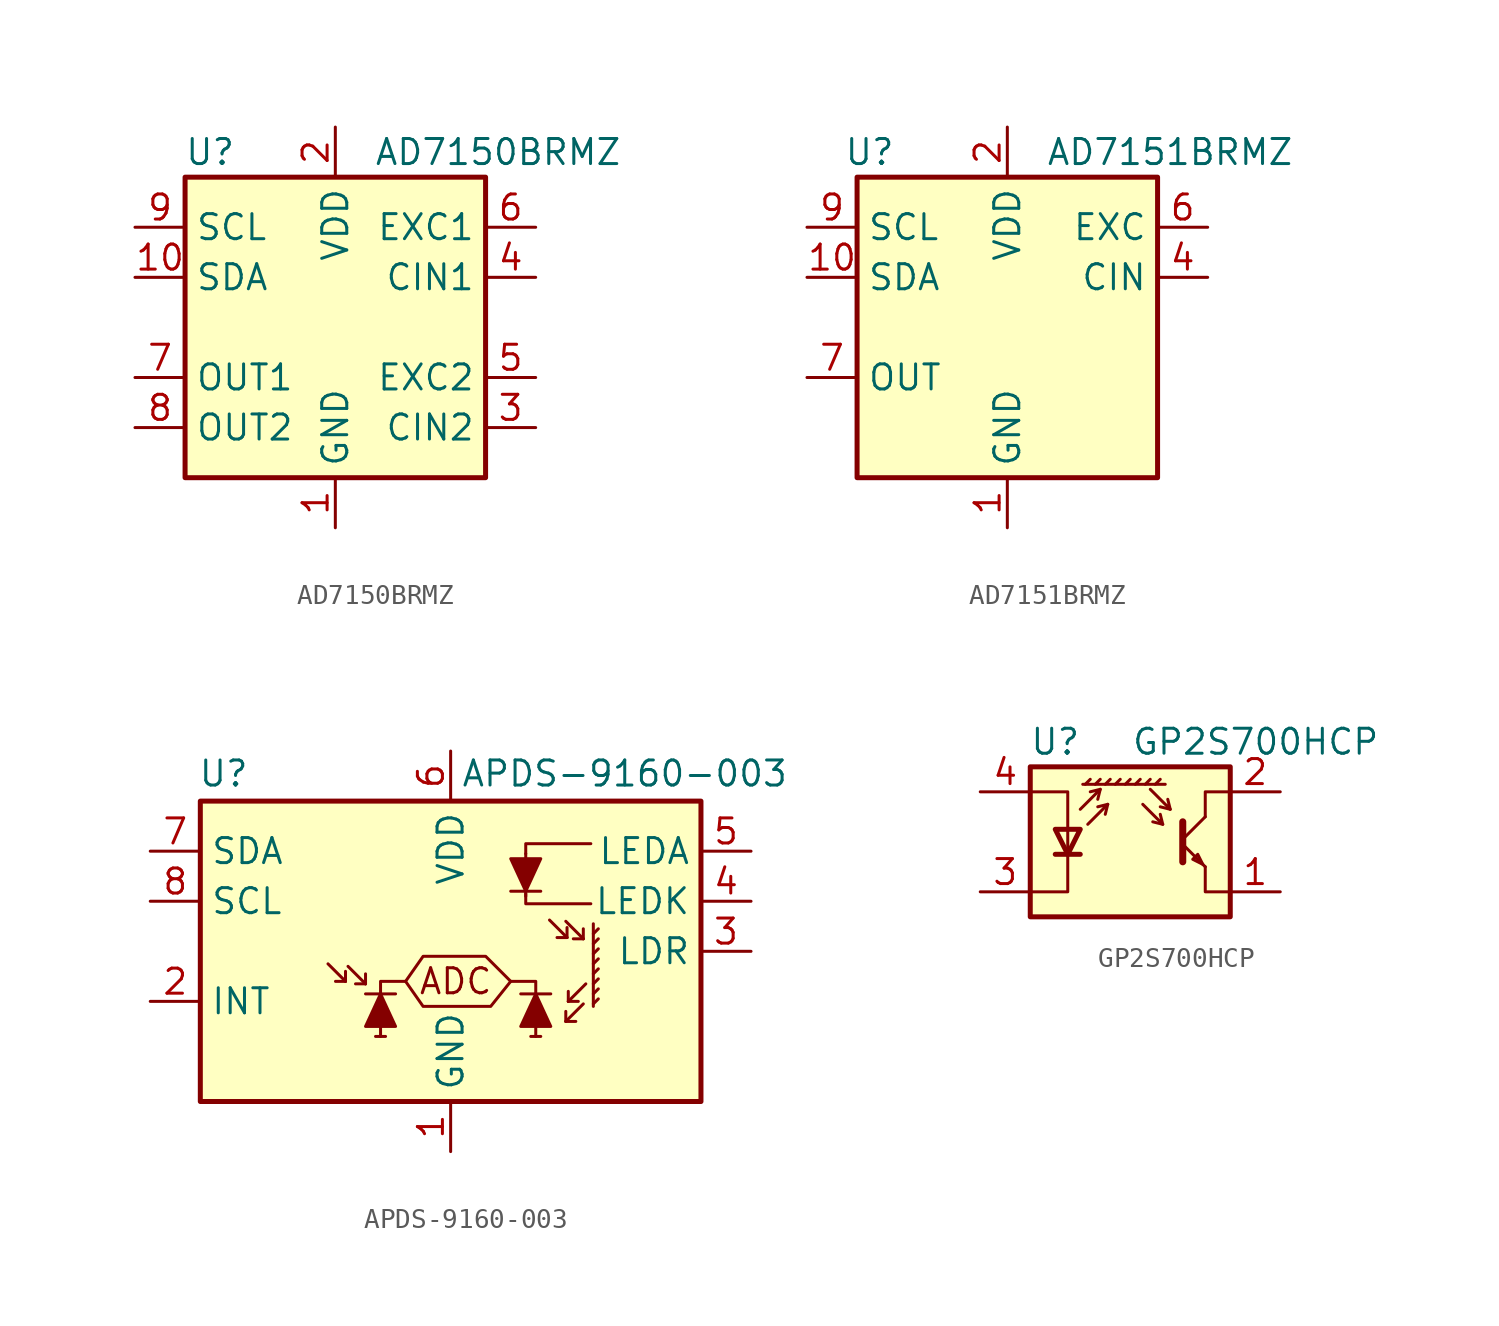
<source format=kicad_sym>
(kicad_symbol_lib
  (version 20231120)
  (generator "kicad_symbol_editor")
  (generator_version "8.0")
  (symbol "AD7150BRMZ"
    (property "Reference" "U"
      (at -6.35 8.89 0)
      (effects (font (size 1.27 1.27))))
    (property "Value" "AD7150BRMZ"
      (at 8.255 8.89 0)
      (effects (font (size 1.27 1.27))))
    (symbol "AD7150BRMZ_0_0"
      (pin power_in line (at 0 -10.16 90) (length 2.54) (name "GND" (effects (font (size 1.27 1.27)))) (number "1" (effects (font (size 1.27 1.27)))))
      (pin bidirectional line (at -10.16 2.54 0) (length 2.54) (name "SDA" (effects (font (size 1.27 1.27)))) (number "10" (effects (font (size 1.27 1.27)))))
      (pin power_in line (at 0 10.16 270) (length 2.54) (name "VDD" (effects (font (size 1.27 1.27)))) (number "2" (effects (font (size 1.27 1.27)))))
      (pin passive line (at 10.16 -5.08 180) (length 2.54) (name "CIN2" (effects (font (size 1.27 1.27)))) (number "3" (effects (font (size 1.27 1.27)))))
      (pin passive line (at 10.16 2.54 180) (length 2.54) (name "CIN1" (effects (font (size 1.27 1.27)))) (number "4" (effects (font (size 1.27 1.27)))))
      (pin output line (at 10.16 -2.54 180) (length 2.54) (name "EXC2" (effects (font (size 1.27 1.27)))) (number "5" (effects (font (size 1.27 1.27)))))
      (pin output line (at 10.16 5.08 180) (length 2.54) (name "EXC1" (effects (font (size 1.27 1.27)))) (number "6" (effects (font (size 1.27 1.27)))))
      (pin output line (at -10.16 -2.54 0) (length 2.54) (name "OUT1" (effects (font (size 1.27 1.27)))) (number "7" (effects (font (size 1.27 1.27)))))
      (pin output line (at -10.16 -5.08 0) (length 2.54) (name "OUT2" (effects (font (size 1.27 1.27)))) (number "8" (effects (font (size 1.27 1.27)))))
      (pin input line (at -10.16 5.08 0) (length 2.54) (name "SCL" (effects (font (size 1.27 1.27)))) (number "9" (effects (font (size 1.27 1.27))))))
    (symbol "AD7150BRMZ_1_1"
      (rectangle (start -7.62 7.62) (end 7.62 -7.62) (stroke (width 0.254) (type default)) (fill (type background)))))
  (symbol "AD7151BRMZ"
    (property "Reference" "U"
      (at -6.985 8.89 0)
      (effects (font (size 1.27 1.27))))
    (property "Value" "AD7151BRMZ"
      (at 8.255 8.89 0)
      (effects (font (size 1.27 1.27))))
    (symbol "AD7151BRMZ_0_0"
      (pin power_in line (at 0 -10.16 90) (length 2.54) (name "GND" (effects (font (size 1.27 1.27)))) (number "1" (effects (font (size 1.27 1.27)))))
      (pin bidirectional line (at -10.16 2.54 0) (length 2.54) (name "SDA" (effects (font (size 1.27 1.27)))) (number "10" (effects (font (size 1.27 1.27)))))
      (pin power_in line (at 0 10.16 270) (length 2.54) (name "VDD" (effects (font (size 1.27 1.27)))) (number "2" (effects (font (size 1.27 1.27)))))
      (pin input line (at -10.16 5.08 0) (length 2.54) (name "SCL" (effects (font (size 1.27 1.27)))) (number "9" (effects (font (size 1.27 1.27))))))
    (symbol "AD7151BRMZ_1_0"
      (pin no_connect line (at 7.62 -5.08 180) (length 2.54) hide (name "NC" (effects (font (size 1.27 1.27)))) (number "3" (effects (font (size 1.27 1.27)))))
      (pin passive line (at 10.16 2.54 180) (length 2.54) (name "CIN" (effects (font (size 1.27 1.27)))) (number "4" (effects (font (size 1.27 1.27)))))
      (pin no_connect line (at 7.62 -2.54 180) (length 2.54) hide (name "NC" (effects (font (size 1.27 1.27)))) (number "5" (effects (font (size 1.27 1.27)))))
      (pin output line (at 10.16 5.08 180) (length 2.54) (name "EXC" (effects (font (size 1.27 1.27)))) (number "6" (effects (font (size 1.27 1.27)))))
      (pin output line (at -10.16 -2.54 0) (length 2.54) (name "OUT" (effects (font (size 1.27 1.27)))) (number "7" (effects (font (size 1.27 1.27)))))
      (pin no_connect line (at -7.62 -5.08 0) (length 2.54) hide (name "NC" (effects (font (size 1.27 1.27)))) (number "8" (effects (font (size 1.27 1.27))))))
    (symbol "AD7151BRMZ_1_1"
      (rectangle (start -7.62 7.62) (end 7.62 -7.62) (stroke (width 0.254) (type default)) (fill (type background)))))
  (symbol "APDS-9160-003"
    (property "Reference" "U"
      (at -12.827 9.017 0)
      (effects (font (size 1.27 1.27)) (justify left)))
    (property "Value" "APDS-9160-003"
      (at 0.508 9.017 0)
      (effects (font (size 1.27 1.27)) (justify left)))
    (symbol "APDS-9160-003_0_0"
      (polyline (pts (xy 3.048 -1.524) (xy 1.778 -0.254) (xy -1.397 -0.254) (xy -2.286 -1.524) (xy -1.397 -2.794) (xy 2.032 -2.794) (xy 3.048 -1.524)) (stroke (width 0) (type default)) (fill (type none)))
      (text "ADC" (at 0.254 -1.524 0) (effects (font (size 1.27 1.27)))))
    (symbol "APDS-9160-003_0_1"
      (rectangle (start -12.7 7.62) (end 12.7 -7.62) (stroke (width 0.254) (type default)) (fill (type background)))
      (polyline (pts (xy 3.81 2.794) (xy 3.81 4.953)) (stroke (width 0) (type default)) (fill (type none)))
      (polyline (pts (xy 7.239 -2.667) (xy 7.493 -2.413)) (stroke (width 0) (type default)) (fill (type none)))
      (polyline (pts (xy 7.239 -2.159) (xy 7.493 -1.905)) (stroke (width 0) (type default)) (fill (type none)))
      (polyline (pts (xy 7.239 -1.651) (xy 7.493 -1.397)) (stroke (width 0) (type default)) (fill (type none)))
      (polyline (pts (xy 7.239 -1.143) (xy 7.493 -0.889)) (stroke (width 0) (type default)) (fill (type none)))
      (polyline (pts (xy 7.239 -0.635) (xy 7.493 -0.381)) (stroke (width 0) (type default)) (fill (type none)))
      (polyline (pts (xy 7.239 -0.127) (xy 7.493 0.127)) (stroke (width 0) (type default)) (fill (type none)))
      (polyline (pts (xy 7.239 0.381) (xy 7.493 0.635)) (stroke (width 0) (type default)) (fill (type none)))
      (polyline (pts (xy 7.239 0.889) (xy 7.493 1.143)) (stroke (width 0) (type default)) (fill (type none)))
      (polyline (pts (xy 7.239 1.397) (xy 7.239 -2.794)) (stroke (width 0) (type default)) (fill (type none)))
      (polyline (pts (xy 3.81 2.921) (xy 3.81 2.413) (xy 7.112 2.413)) (stroke (width 0) (type default)) (fill (type none)))
      (polyline (pts (xy 7.112 5.461) (xy 3.81 5.461) (xy 3.81 4.953)) (stroke (width 0) (type default)) (fill (type none))))
    (symbol "APDS-9160-003_1_0"
      (polyline (pts (xy -3.556 -4.318) (xy -3.556 -1.524) (xy -2.286 -1.524)) (stroke (width 0) (type default)) (fill (type none)))
      (polyline (pts (xy 4.318 -4.318) (xy 4.318 -1.524) (xy 3.048 -1.524)) (stroke (width 0) (type default)) (fill (type none))))
    (symbol "APDS-9160-003_1_1"
      (polyline (pts (xy -5.334 -1.524) (xy -6.223 -0.635)) (stroke (width 0) (type default)) (fill (type none)))
      (polyline (pts (xy -5.334 -1.524) (xy -5.842 -1.524)) (stroke (width 0) (type default)) (fill (type none)))
      (polyline (pts (xy -5.334 -1.524) (xy -5.334 -1.016)) (stroke (width 0) (type default)) (fill (type none)))
      (polyline (pts (xy -4.318 -2.159) (xy -2.794 -2.159)) (stroke (width 0) (type default)) (fill (type none)))
      (polyline (pts (xy -4.318 -1.651) (xy -5.207 -0.762)) (stroke (width 0) (type default)) (fill (type none)))
      (polyline (pts (xy -4.318 -1.651) (xy -4.826 -1.651)) (stroke (width 0) (type default)) (fill (type none)))
      (polyline (pts (xy -4.318 -1.651) (xy -4.318 -1.143)) (stroke (width 0) (type default)) (fill (type none)))
      (polyline (pts (xy -3.302 -4.318) (xy -3.81 -4.318)) (stroke (width 0) (type default)) (fill (type none)))
      (polyline (pts (xy 4.064 -4.318) (xy 4.572 -4.318)) (stroke (width 0) (type default)) (fill (type none)))
      (polyline (pts (xy 4.572 3.048) (xy 3.048 3.048)) (stroke (width 0) (type default)) (fill (type none)))
      (polyline (pts (xy 5.08 -2.159) (xy 3.556 -2.159)) (stroke (width 0) (type default)) (fill (type none)))
      (polyline (pts (xy 5.842 -3.556) (xy 5.842 -3.048)) (stroke (width 0) (type default)) (fill (type none)))
      (polyline (pts (xy 5.842 -3.556) (xy 6.35 -3.556)) (stroke (width 0) (type default)) (fill (type none)))
      (polyline (pts (xy 5.842 -3.556) (xy 6.731 -2.667)) (stroke (width 0) (type default)) (fill (type none)))
      (polyline (pts (xy 5.905 0.699) (xy 5.016 1.587)) (stroke (width 0) (type default)) (fill (type none)))
      (polyline (pts (xy 5.905 0.699) (xy 5.397 0.699)) (stroke (width 0) (type default)) (fill (type none)))
      (polyline (pts (xy 5.905 0.699) (xy 5.905 1.206)) (stroke (width 0) (type default)) (fill (type none)))
      (polyline (pts (xy 5.969 -2.54) (xy 5.969 -2.032)) (stroke (width 0) (type default)) (fill (type none)))
      (polyline (pts (xy 5.969 -2.54) (xy 6.477 -2.54)) (stroke (width 0) (type default)) (fill (type none)))
      (polyline (pts (xy 5.969 -2.54) (xy 6.858 -1.651)) (stroke (width 0) (type default)) (fill (type none)))
      (polyline (pts (xy 6.731 0.635) (xy 5.842 1.524)) (stroke (width 0) (type default)) (fill (type none)))
      (polyline (pts (xy 6.731 0.635) (xy 6.223 0.635)) (stroke (width 0) (type default)) (fill (type none)))
      (polyline (pts (xy 6.731 0.635) (xy 6.731 1.143)) (stroke (width 0) (type default)) (fill (type none)))
      (polyline (pts (xy -4.318 -3.81) (xy -2.794 -3.81) (xy -3.556 -2.159) (xy -4.318 -3.81)) (stroke (width 0) (type default)) (fill (type outline)))
      (polyline (pts (xy 4.572 4.699) (xy 3.048 4.699) (xy 3.81 3.048) (xy 4.572 4.699)) (stroke (width 0) (type default)) (fill (type outline)))
      (polyline (pts (xy 5.08 -3.81) (xy 3.556 -3.81) (xy 4.318 -2.159) (xy 5.08 -3.81)) (stroke (width 0) (type default)) (fill (type outline)))
      (pin power_in line (at 0 -10.16 90) (length 2.54) (name "GND" (effects (font (size 1.27 1.27)))) (number "1" (effects (font (size 1.27 1.27)))))
      (pin open_collector line (at -15.24 -2.54 0) (length 2.54) (name "INT" (effects (font (size 1.27 1.27)))) (number "2" (effects (font (size 1.27 1.27)))))
      (pin input line (at 15.24 0 180) (length 2.54) (name "LDR" (effects (font (size 1.27 1.27)))) (number "3" (effects (font (size 1.27 1.27)))))
      (pin output line (at 15.24 2.54 180) (length 2.54) (name "LEDK" (effects (font (size 1.27 1.27)))) (number "4" (effects (font (size 1.27 1.27)))))
      (pin input line (at 15.24 5.08 180) (length 2.54) (name "LEDA" (effects (font (size 1.27 1.27)))) (number "5" (effects (font (size 1.27 1.27)))))
      (pin power_in line (at 0 10.16 270) (length 2.54) (name "VDD" (effects (font (size 1.27 1.27)))) (number "6" (effects (font (size 1.27 1.27)))))
      (pin bidirectional line (at -15.24 5.08 0) (length 2.54) (name "SDA" (effects (font (size 1.27 1.27)))) (number "7" (effects (font (size 1.27 1.27)))))
      (pin input line (at -15.24 2.54 0) (length 2.54) (name "SCL" (effects (font (size 1.27 1.27)))) (number "8" (effects (font (size 1.27 1.27)))))))
  (symbol "GP2S700HCP"
    (pin_names
      (offset 0.025) hide)
    (property "Reference" "U"
      (at -3.81 5.08 0)
      (effects (font (size 1.27 1.27))))
    (property "Value" "GP2S700HCP"
      (at 12.7 5.08 0)
      (effects (font (size 1.27 1.27)) (justify right)))
    (symbol "GP2S700HCP_0_1"
      (polyline (pts (xy -3.81 -0.635) (xy -2.54 -0.635)) (stroke (width 0.254) (type default)) (fill (type none)))
      (polyline (pts (xy -2.286 2.921) (xy -2.032 3.175)) (stroke (width 0) (type default)) (fill (type none)))
      (polyline (pts (xy -1.778 2.921) (xy -1.524 3.175)) (stroke (width 0) (type default)) (fill (type none)))
      (polyline (pts (xy -1.524 2.667) (xy -1.651 2.159)) (stroke (width 0) (type default)) (fill (type none)))
      (polyline (pts (xy -1.27 2.921) (xy -1.016 3.175)) (stroke (width 0) (type default)) (fill (type none)))
      (polyline (pts (xy -1.143 1.905) (xy -1.27 1.397)) (stroke (width 0) (type default)) (fill (type none)))
      (polyline (pts (xy -0.762 2.921) (xy -0.508 3.175)) (stroke (width 0) (type default)) (fill (type none)))
      (polyline (pts (xy -0.254 2.921) (xy 0 3.175)) (stroke (width 0) (type default)) (fill (type none)))
      (polyline (pts (xy 0.254 2.921) (xy 0.508 3.175)) (stroke (width 0) (type default)) (fill (type none)))
      (polyline (pts (xy 0.762 2.921) (xy 1.016 3.175)) (stroke (width 0) (type default)) (fill (type none)))
      (polyline (pts (xy 1.27 2.921) (xy 1.524 3.175)) (stroke (width 0) (type default)) (fill (type none)))
      (polyline (pts (xy 1.651 0.889) (xy 1.143 1.016)) (stroke (width 0) (type default)) (fill (type none)))
      (polyline (pts (xy 1.778 2.921) (xy -2.413 2.921)) (stroke (width 0) (type default)) (fill (type none)))
      (polyline (pts (xy 2.032 1.651) (xy 1.524 1.778)) (stroke (width 0) (type default)) (fill (type none)))
      (polyline (pts (xy 2.667 -0.127) (xy 3.81 -1.27)) (stroke (width 0) (type default)) (fill (type none)))
      (polyline (pts (xy 2.667 0.127) (xy 3.81 1.27)) (stroke (width 0) (type default)) (fill (type none)))
      (polyline (pts (xy -2.54 1.651) (xy -1.524 2.667) (xy -2.032 2.54)) (stroke (width 0) (type default)) (fill (type none)))
      (polyline (pts (xy -2.159 0.889) (xy -1.143 1.905) (xy -1.651 1.778)) (stroke (width 0) (type default)) (fill (type none)))
      (polyline (pts (xy 0.635 1.905) (xy 1.651 0.889) (xy 1.524 1.397)) (stroke (width 0) (type default)) (fill (type none)))
      (polyline (pts (xy 1.016 2.667) (xy 2.032 1.651) (xy 1.905 2.159)) (stroke (width 0) (type default)) (fill (type none)))
      (polyline (pts (xy 2.667 1.016) (xy 2.667 -1.016) (xy 2.667 -1.016)) (stroke (width 0.356) (type default)) (fill (type none)))
      (polyline (pts (xy 3.81 -1.27) (xy 3.81 -2.54) (xy 5.08 -2.54)) (stroke (width 0) (type default)) (fill (type none)))
      (polyline (pts (xy 3.81 1.27) (xy 3.81 2.54) (xy 5.08 2.54)) (stroke (width 0) (type default)) (fill (type none)))
      (polyline (pts (xy -5.08 -2.54) (xy -3.175 -2.54) (xy -3.175 2.54) (xy -5.08 2.54)) (stroke (width 0) (type default)) (fill (type none)))
      (polyline (pts (xy -3.175 -0.635) (xy -3.81 0.635) (xy -2.54 0.635) (xy -3.175 -0.635)) (stroke (width 0.254) (type default)) (fill (type none)))
      (polyline (pts (xy 3.683 -1.143) (xy 3.429 -0.635) (xy 3.175 -0.889) (xy 3.683 -1.143)) (stroke (width 0) (type default)) (fill (type none)))
      (polyline (pts (xy -5.08 -3.81) (xy 5.08 -3.81) (xy 5.08 3.81) (xy -5.08 3.81) (xy -5.08 -3.81)) (stroke (width 0.254) (type default)) (fill (type background))))
    (symbol "GP2S700HCP_1_1"
      (pin open_emitter line (at 7.62 -2.54 180) (length 2.54) (name "~" (effects (font (size 1.27 1.27)))) (number "1" (effects (font (size 1.27 1.27)))))
      (pin open_collector line (at 7.62 2.54 180) (length 2.54) (name "~" (effects (font (size 1.27 1.27)))) (number "2" (effects (font (size 1.27 1.27)))))
      (pin passive line (at -7.62 -2.54 0) (length 2.54) (name "K" (effects (font (size 1.27 1.27)))) (number "3" (effects (font (size 1.27 1.27)))))
      (pin passive line (at -7.62 2.54 0) (length 2.54) (name "A" (effects (font (size 1.27 1.27)))) (number "4" (effects (font (size 1.27 1.27))))))))
</source>
